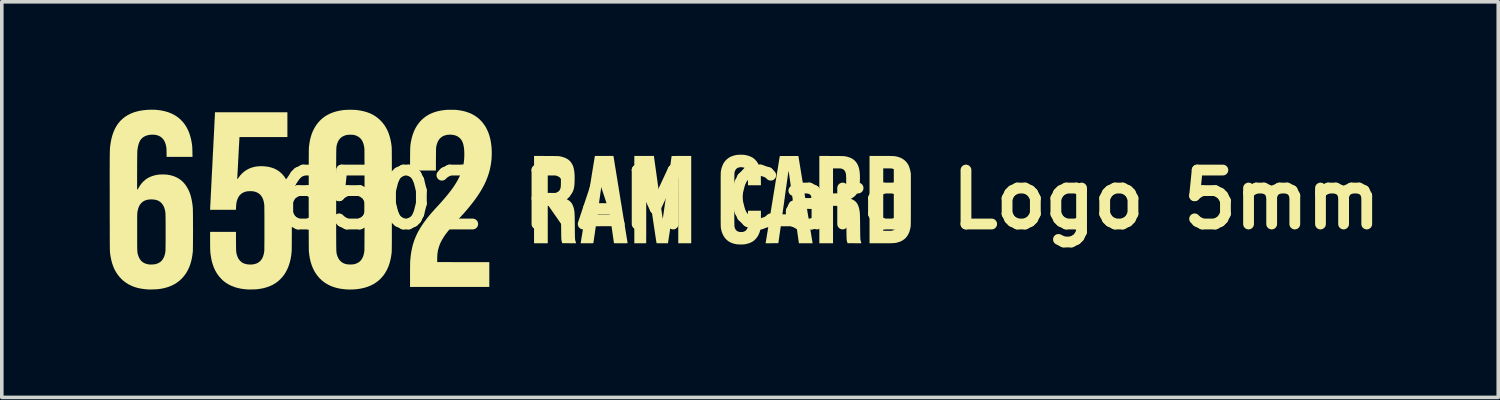
<source format=kicad_pcb>
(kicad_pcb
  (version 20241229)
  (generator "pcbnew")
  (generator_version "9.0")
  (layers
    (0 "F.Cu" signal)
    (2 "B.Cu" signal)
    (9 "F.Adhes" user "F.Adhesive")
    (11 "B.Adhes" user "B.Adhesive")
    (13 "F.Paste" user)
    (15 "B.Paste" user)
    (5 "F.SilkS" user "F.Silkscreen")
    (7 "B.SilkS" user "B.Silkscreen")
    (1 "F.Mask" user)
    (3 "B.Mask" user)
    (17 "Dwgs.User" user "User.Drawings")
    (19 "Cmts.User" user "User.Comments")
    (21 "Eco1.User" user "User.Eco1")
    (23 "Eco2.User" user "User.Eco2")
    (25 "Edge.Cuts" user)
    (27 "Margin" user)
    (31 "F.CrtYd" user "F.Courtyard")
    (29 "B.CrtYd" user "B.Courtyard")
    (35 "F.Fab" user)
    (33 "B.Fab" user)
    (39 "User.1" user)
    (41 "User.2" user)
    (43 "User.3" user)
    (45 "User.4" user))
  (footprint "6502 RAM Card Logo 5mm"
    (layer "F.Cu")
    (at 19.987 2.5)
    (property "Reference" "6502 RAM Card Logo 5mm" (at 0 0 0) (layer "F.SilkS") (effects (font (size 1.5 1.5) (thickness 0.3))))
    (attr board_only exclude_from_pos_files exclude_from_bom)
    (fp_poly (pts (xy 1.526 -1.214) (xy 1.583 -1.214) (xy 1.633 -1.214) (xy 1.677 -1.214) (xy 1.715 -1.213) (xy 1.747 -1.212) (xy 1.775 -1.211) (xy 1.8 -1.21) (xy 1.821 -1.209) (xy 1.839 -1.207) (xy 1.856 -1.205) (xy 1.872 -1.202) (xy 1.887 -1.199) (xy 1.902 -1.196) (xy 1.919 -1.192) (xy 1.919 -1.191) (xy 1.982 -1.172) (xy 2.039 -1.146) (xy 2.09 -1.113) (xy 2.136 -1.075) (xy 2.176 -1.03) (xy 2.211 -0.979) (xy 2.225 -0.952) (xy 2.235 -0.93) (xy 2.245 -0.902) (xy 2.256 -0.87) (xy 2.265 -0.837) (xy 2.273 -0.804) (xy 2.279 -0.775) (xy 2.289 -0.721) (xy 2.289 -0.004) (xy 2.289 0.087) (xy 2.289 0.171) (xy 2.289 0.247) (xy 2.289 0.315) (xy 2.289 0.377) (xy 2.288 0.432) (xy 2.288 0.482) (xy 2.288 0.525) (xy 2.288 0.563) (xy 2.288 0.597) (xy 2.287 0.626) (xy 2.287 0.651) (xy 2.287 0.673) (xy 2.286 0.691) (xy 2.286 0.706) (xy 2.285 0.719) (xy 2.285 0.73) (xy 2.284 0.739) (xy 2.283 0.747) (xy 2.282 0.754) (xy 2.281 0.761) (xy 2.281 0.764) (xy 2.266 0.835) (xy 2.246 0.901) (xy 2.22 0.96) (xy 2.188 1.013) (xy 2.151 1.06) (xy 2.107 1.1) (xy 2.058 1.135) (xy 2.004 1.163) (xy 1.943 1.185) (xy 1.919 1.191) (xy 1.903 1.195) (xy 1.888 1.199) (xy 1.873 1.202) (xy 1.857 1.205) (xy 1.84 1.207) (xy 1.822 1.209) (xy 1.801 1.21) (xy 1.776 1.211) (xy 1.749 1.212) (xy 1.716 1.213) (xy 1.679 1.214) (xy 1.635 1.214) (xy 1.586 1.214) (xy 1.529 1.214) (xy 1.464 1.214) (xy 1.461 1.214) (xy 1.14 1.214) (xy 1.14 0) (xy 1.521 0) (xy 1.521 0.867) (xy 1.638 0.867) (xy 1.673 0.867) (xy 1.701 0.867) (xy 1.723 0.867) (xy 1.74 0.866) (xy 1.754 0.865) (xy 1.765 0.863) (xy 1.774 0.861) (xy 1.783 0.859) (xy 1.817 0.846) (xy 1.845 0.827) (xy 1.867 0.804) (xy 1.885 0.774) (xy 1.898 0.737) (xy 1.904 0.709) (xy 1.905 0.701) (xy 1.906 0.684) (xy 1.907 0.66) (xy 1.907 0.63) (xy 1.908 0.593) (xy 1.908 0.55) (xy 1.909 0.503) (xy 1.909 0.451) (xy 1.91 0.395) (xy 1.91 0.335) (xy 1.91 0.273) (xy 1.91 0.208) (xy 1.911 0.142) (xy 1.911 0.074) (xy 1.911 0.006) (xy 1.911 -0.062) (xy 1.911 -0.13) (xy 1.91 -0.197) (xy 1.91 -0.262) (xy 1.91 -0.324) (xy 1.91 -0.384) (xy 1.909 -0.441) (xy 1.909 -0.494) (xy 1.908 -0.542) (xy 1.908 -0.586) (xy 1.907 -0.624) (xy 1.907 -0.655) (xy 1.906 -0.681) (xy 1.905 -0.698) (xy 1.904 -0.708) (xy 1.904 -0.709) (xy 1.894 -0.751) (xy 1.879 -0.785) (xy 1.86 -0.812) (xy 1.836 -0.834) (xy 1.806 -0.851) (xy 1.783 -0.859) (xy 1.774 -0.861) (xy 1.765 -0.863) (xy 1.754 -0.865) (xy 1.74 -0.866) (xy 1.723 -0.867) (xy 1.701 -0.867) (xy 1.673 -0.867) (xy 1.638 -0.867) (xy 1.521 -0.867) (xy 1.521 0) (xy 1.14 0) (xy 1.14 -1.214) (xy 1.461 -1.214)) (stroke (width 0) (type solid)) (fill yes) (layer "F.SilkS"))
    (fp_poly (pts (xy -1.14 -1.213) (xy -1.097 -1.213) (xy -0.838 -1.212) (xy -0.642 -0.013) (xy -0.626 0.087) (xy -0.61 0.185) (xy -0.595 0.28) (xy -0.58 0.372) (xy -0.565 0.461) (xy -0.551 0.547) (xy -0.538 0.629) (xy -0.525 0.707) (xy -0.513 0.781) (xy -0.502 0.85) (xy -0.492 0.913) (xy -0.482 0.971) (xy -0.474 1.024) (xy -0.466 1.07) (xy -0.46 1.11) (xy -0.454 1.143) (xy -0.45 1.169) (xy -0.447 1.187) (xy -0.445 1.198) (xy -0.445 1.2) (xy -0.443 1.214) (xy -0.632 1.214) (xy -0.822 1.214) (xy -0.825 1.203) (xy -0.826 1.196) (xy -0.828 1.183) (xy -0.831 1.163) (xy -0.834 1.138) (xy -0.839 1.108) (xy -0.844 1.075) (xy -0.849 1.039) (xy -0.854 1.002) (xy -0.86 0.964) (xy -0.865 0.926) (xy -0.87 0.889) (xy -0.875 0.854) (xy -0.88 0.823) (xy -0.884 0.795) (xy -0.887 0.773) (xy -0.889 0.756) (xy -0.89 0.746) (xy -0.891 0.744) (xy -0.895 0.743) (xy -0.906 0.743) (xy -0.925 0.742) (xy -0.95 0.742) (xy -0.981 0.741) (xy -1.016 0.741) (xy -1.055 0.741) (xy -1.097 0.741) (xy -1.109 0.741) (xy -1.328 0.742) (xy -1.362 0.977) (xy -1.396 1.212) (xy -1.573 1.213) (xy -1.75 1.214) (xy -1.748 1.203) (xy -1.747 1.197) (xy -1.744 1.183) (xy -1.741 1.162) (xy -1.736 1.134) (xy -1.731 1.1) (xy -1.724 1.059) (xy -1.716 1.012) (xy -1.708 0.959) (xy -1.698 0.902) (xy -1.688 0.84) (xy -1.677 0.773) (xy -1.666 0.703) (xy -1.654 0.629) (xy -1.641 0.552) (xy -1.629 0.473) (xy -1.618 0.41) (xy -1.282 0.41) (xy -1.109 0.41) (xy -0.936 0.41) (xy -0.939 0.399) (xy -0.94 0.393) (xy -0.942 0.38) (xy -0.945 0.359) (xy -0.949 0.331) (xy -0.954 0.297) (xy -0.959 0.257) (xy -0.966 0.211) (xy -0.973 0.161) (xy -0.981 0.106) (xy -0.989 0.047) (xy -0.998 -0.016) (xy -1.007 -0.081) (xy -1.017 -0.149) (xy -1.024 -0.201) (xy -1.034 -0.27) (xy -1.044 -0.338) (xy -1.053 -0.402) (xy -1.061 -0.463) (xy -1.07 -0.521) (xy -1.077 -0.574) (xy -1.084 -0.622) (xy -1.09 -0.666) (xy -1.096 -0.703) (xy -1.1 -0.735) (xy -1.104 -0.76) (xy -1.107 -0.778) (xy -1.108 -0.788) (xy -1.109 -0.791) (xy -1.113 -0.79) (xy -1.114 -0.79) (xy -1.114 -0.785) (xy -1.116 -0.773) (xy -1.119 -0.753) (xy -1.123 -0.726) (xy -1.128 -0.693) (xy -1.134 -0.654) (xy -1.14 -0.609) (xy -1.147 -0.559) (xy -1.155 -0.505) (xy -1.163 -0.446) (xy -1.172 -0.384) (xy -1.181 -0.319) (xy -1.191 -0.251) (xy -1.198 -0.2) (xy -1.208 -0.13) (xy -1.217 -0.063) (xy -1.226 0.002) (xy -1.234 0.064) (xy -1.242 0.122) (xy -1.25 0.176) (xy -1.257 0.225) (xy -1.263 0.269) (xy -1.268 0.307) (xy -1.273 0.34) (xy -1.276 0.366) (xy -1.279 0.384) (xy -1.28 0.396) (xy -1.281 0.399) (xy -1.282 0.41) (xy -1.618 0.41) (xy -1.615 0.391) (xy -1.602 0.307) (xy -1.588 0.222) (xy -1.574 0.136) (xy -1.56 0.05) (xy -1.546 -0.037) (xy -1.532 -0.124) (xy -1.518 -0.21) (xy -1.504 -0.296) (xy -1.49 -0.38) (xy -1.477 -0.462) (xy -1.464 -0.542) (xy -1.451 -0.619) (xy -1.439 -0.694) (xy -1.428 -0.765) (xy -1.417 -0.832) (xy -1.406 -0.895) (xy -1.397 -0.954) (xy -1.388 -1.007) (xy -1.381 -1.055) (xy -1.374 -1.098) (xy -1.368 -1.134) (xy -1.363 -1.164) (xy -1.36 -1.186) (xy -1.357 -1.201) (xy -1.356 -1.209) (xy -1.356 -1.209) (xy -1.354 -1.21) (xy -1.347 -1.211) (xy -1.336 -1.212) (xy -1.319 -1.213) (xy -1.297 -1.213) (xy -1.268 -1.213) (xy -1.233 -1.213) (xy -1.19 -1.213)) (stroke (width 0) (type solid)) (fill yes) (layer "F.SilkS"))
    (fp_poly (pts (xy 0.081 -1.213) (xy 0.145 -1.213) (xy 0.201 -1.213) (xy 0.25 -1.212) (xy 0.293 -1.212) (xy 0.329 -1.211) (xy 0.361 -1.211) (xy 0.387 -1.21) (xy 0.41 -1.209) (xy 0.43 -1.207) (xy 0.447 -1.206) (xy 0.463 -1.204) (xy 0.476 -1.202) (xy 0.49 -1.199) (xy 0.503 -1.196) (xy 0.517 -1.192) (xy 0.532 -1.189) (xy 0.592 -1.169) (xy 0.646 -1.144) (xy 0.694 -1.114) (xy 0.736 -1.077) (xy 0.772 -1.035) (xy 0.803 -0.986) (xy 0.828 -0.932) (xy 0.847 -0.87) (xy 0.856 -0.831) (xy 0.863 -0.788) (xy 0.868 -0.737) (xy 0.872 -0.677) (xy 0.873 -0.611) (xy 0.872 -0.537) (xy 0.872 -0.533) (xy 0.87 -0.48) (xy 0.868 -0.434) (xy 0.865 -0.395) (xy 0.86 -0.359) (xy 0.855 -0.327) (xy 0.847 -0.297) (xy 0.838 -0.267) (xy 0.829 -0.24) (xy 0.808 -0.196) (xy 0.781 -0.154) (xy 0.749 -0.115) (xy 0.712 -0.081) (xy 0.673 -0.053) (xy 0.642 -0.036) (xy 0.629 -0.03) (xy 0.625 -0.025) (xy 0.628 -0.02) (xy 0.636 -0.016) (xy 0.68 0.004) (xy 0.719 0.028) (xy 0.753 0.056) (xy 0.782 0.088) (xy 0.806 0.126) (xy 0.826 0.169) (xy 0.843 0.219) (xy 0.856 0.276) (xy 0.866 0.334) (xy 0.867 0.347) (xy 0.869 0.359) (xy 0.87 0.372) (xy 0.871 0.386) (xy 0.872 0.402) (xy 0.873 0.421) (xy 0.874 0.442) (xy 0.874 0.468) (xy 0.875 0.498) (xy 0.876 0.533) (xy 0.876 0.574) (xy 0.877 0.621) (xy 0.877 0.676) (xy 0.878 0.738) (xy 0.878 0.745) (xy 0.879 0.813) (xy 0.879 0.875) (xy 0.88 0.93) (xy 0.881 0.979) (xy 0.882 1.021) (xy 0.883 1.056) (xy 0.884 1.083) (xy 0.885 1.102) (xy 0.886 1.113) (xy 0.886 1.114) (xy 0.89 1.131) (xy 0.896 1.152) (xy 0.902 1.174) (xy 0.909 1.194) (xy 0.914 1.207) (xy 0.914 1.209) (xy 0.913 1.21) (xy 0.91 1.211) (xy 0.904 1.212) (xy 0.895 1.213) (xy 0.882 1.213) (xy 0.863 1.213) (xy 0.84 1.214) (xy 0.81 1.214) (xy 0.772 1.213) (xy 0.728 1.213) (xy 0.723 1.213) (xy 0.529 1.212) (xy 0.521 1.187) (xy 0.518 1.175) (xy 0.514 1.164) (xy 0.512 1.153) (xy 0.509 1.142) (xy 0.507 1.13) (xy 0.505 1.117) (xy 0.504 1.102) (xy 0.503 1.084) (xy 0.502 1.062) (xy 0.501 1.037) (xy 0.5 1.007) (xy 0.499 0.972) (xy 0.499 0.931) (xy 0.498 0.884) (xy 0.498 0.83) (xy 0.497 0.768) (xy 0.497 0.747) (xy 0.496 0.682) (xy 0.496 0.626) (xy 0.495 0.577) (xy 0.495 0.534) (xy 0.494 0.498) (xy 0.494 0.467) (xy 0.493 0.441) (xy 0.492 0.42) (xy 0.492 0.402) (xy 0.491 0.388) (xy 0.49 0.377) (xy 0.489 0.367) (xy 0.487 0.359) (xy 0.487 0.359) (xy 0.477 0.316) (xy 0.465 0.281) (xy 0.45 0.252) (xy 0.431 0.229) (xy 0.407 0.21) (xy 0.378 0.195) (xy 0.353 0.185) (xy 0.343 0.182) (xy 0.333 0.18) (xy 0.322 0.178) (xy 0.307 0.177) (xy 0.288 0.176) (xy 0.263 0.175) (xy 0.232 0.175) (xy 0.225 0.174) (xy 0.125 0.173) (xy 0.125 0.693) (xy 0.125 1.214) (xy -0.066 1.214) (xy -0.256 1.214) (xy -0.256 -0.000211) (xy -0.256 -0.52) (xy 0.125 -0.52) (xy 0.125 -0.172) (xy 0.225 -0.175) (xy 0.26 -0.175) (xy 0.287 -0.176) (xy 0.308 -0.178) (xy 0.325 -0.179) (xy 0.337 -0.181) (xy 0.347 -0.183) (xy 0.349 -0.184) (xy 0.387 -0.199) (xy 0.418 -0.219) (xy 0.443 -0.244) (xy 0.463 -0.276) (xy 0.478 -0.313) (xy 0.483 -0.334) (xy 0.485 -0.349) (xy 0.487 -0.371) (xy 0.489 -0.399) (xy 0.49 -0.431) (xy 0.491 -0.467) (xy 0.491 -0.504) (xy 0.491 -0.543) (xy 0.491 -0.58) (xy 0.49 -0.616) (xy 0.489 -0.649) (xy 0.487 -0.678) (xy 0.486 -0.7) (xy 0.483 -0.716) (xy 0.483 -0.716) (xy 0.472 -0.757) (xy 0.457 -0.79) (xy 0.437 -0.817) (xy 0.413 -0.838) (xy 0.383 -0.853) (xy 0.367 -0.859) (xy 0.357 -0.862) (xy 0.348 -0.864) (xy 0.336 -0.865) (xy 0.322 -0.866) (xy 0.304 -0.867) (xy 0.281 -0.867) (xy 0.251 -0.867) (xy 0.232 -0.867) (xy 0.125 -0.867) (xy 0.125 -0.52) (xy -0.256 -0.52) (xy -0.256 -1.215)) (stroke (width 0) (type solid)) (fill yes) (layer "F.SilkS"))
    (fp_poly (pts (xy -7.851 -1.213) (xy -7.788 -1.213) (xy -7.734 -1.212) (xy -7.686 -1.212) (xy -7.645 -1.212) (xy -7.61 -1.211) (xy -7.581 -1.211) (xy -7.557 -1.21) (xy -7.536 -1.21) (xy -7.519 -1.209) (xy -7.506 -1.208) (xy -7.494 -1.207) (xy -7.485 -1.206) (xy -7.476 -1.205) (xy -7.473 -1.204) (xy -7.405 -1.189) (xy -7.344 -1.169) (xy -7.29 -1.145) (xy -7.243 -1.117) (xy -7.203 -1.085) (xy -7.179 -1.059) (xy -7.153 -1.025) (xy -7.13 -0.989) (xy -7.111 -0.95) (xy -7.095 -0.907) (xy -7.083 -0.861) (xy -7.073 -0.809) (xy -7.066 -0.753) (xy -7.061 -0.69) (xy -7.059 -0.621) (xy -7.06 -0.544) (xy -7.06 -0.527) (xy -7.062 -0.471) (xy -7.065 -0.423) (xy -7.069 -0.38) (xy -7.075 -0.342) (xy -7.082 -0.308) (xy -7.091 -0.276) (xy -7.102 -0.244) (xy -7.105 -0.236) (xy -7.13 -0.186) (xy -7.161 -0.141) (xy -7.197 -0.101) (xy -7.239 -0.067) (xy -7.285 -0.039) (xy -7.292 -0.036) (xy -7.304 -0.029) (xy -7.307 -0.024) (xy -7.303 -0.019) (xy -7.297 -0.016) (xy -7.248 0.006) (xy -7.207 0.032) (xy -7.172 0.064) (xy -7.142 0.1) (xy -7.118 0.143) (xy -7.098 0.192) (xy -7.089 0.22) (xy -7.084 0.239) (xy -7.079 0.256) (xy -7.075 0.274) (xy -7.072 0.291) (xy -7.069 0.31) (xy -7.066 0.331) (xy -7.064 0.353) (xy -7.062 0.379) (xy -7.061 0.408) (xy -7.059 0.441) (xy -7.058 0.479) (xy -7.057 0.523) (xy -7.056 0.573) (xy -7.056 0.629) (xy -7.055 0.693) (xy -7.054 0.747) (xy -7.054 0.81) (xy -7.053 0.866) (xy -7.053 0.915) (xy -7.052 0.957) (xy -7.051 0.992) (xy -7.051 1.022) (xy -7.05 1.047) (xy -7.049 1.067) (xy -7.049 1.084) (xy -7.048 1.097) (xy -7.047 1.108) (xy -7.046 1.116) (xy -7.044 1.123) (xy -7.044 1.124) (xy -7.036 1.156) (xy -7.025 1.189) (xy -7.018 1.207) (xy -7.018 1.209) (xy -7.019 1.21) (xy -7.022 1.211) (xy -7.028 1.212) (xy -7.037 1.213) (xy -7.051 1.213) (xy -7.069 1.213) (xy -7.093 1.214) (xy -7.123 1.214) (xy -7.16 1.213) (xy -7.205 1.213) (xy -7.209 1.213) (xy -7.403 1.212) (xy -7.409 1.195) (xy -7.412 1.183) (xy -7.417 1.166) (xy -7.422 1.147) (xy -7.423 1.142) (xy -7.425 1.136) (xy -7.426 1.129) (xy -7.427 1.121) (xy -7.428 1.112) (xy -7.429 1.101) (xy -7.43 1.087) (xy -7.431 1.071) (xy -7.431 1.05) (xy -7.432 1.026) (xy -7.433 0.996) (xy -7.433 0.961) (xy -7.433 0.92) (xy -7.434 0.872) (xy -7.434 0.817) (xy -7.435 0.754) (xy -7.435 0.751) (xy -7.436 0.686) (xy -7.436 0.629) (xy -7.437 0.579) (xy -7.437 0.536) (xy -7.438 0.5) (xy -7.439 0.469) (xy -7.439 0.442) (xy -7.44 0.421) (xy -7.441 0.403) (xy -7.442 0.389) (xy -7.443 0.377) (xy -7.444 0.367) (xy -7.445 0.36) (xy -7.445 0.359) (xy -7.455 0.316) (xy -7.467 0.281) (xy -7.482 0.252) (xy -7.501 0.229) (xy -7.525 0.21) (xy -7.554 0.195) (xy -7.579 0.185) (xy -7.589 0.182) (xy -7.599 0.18) (xy -7.611 0.178) (xy -7.625 0.177) (xy -7.644 0.176) (xy -7.669 0.175) (xy -7.7 0.175) (xy -7.707 0.174) (xy -7.807 0.173) (xy -7.807 0.693) (xy -7.807 1.214) (xy -7.998 1.214) (xy -8.188 1.214) (xy -8.188 -0.000211) (xy -8.188 -0.52) (xy -7.807 -0.52) (xy -7.807 -0.172) (xy -7.707 -0.175) (xy -7.672 -0.175) (xy -7.645 -0.176) (xy -7.624 -0.178) (xy -7.607 -0.179) (xy -7.595 -0.181) (xy -7.585 -0.183) (xy -7.583 -0.184) (xy -7.545 -0.199) (xy -7.514 -0.22) (xy -7.488 -0.246) (xy -7.468 -0.278) (xy -7.454 -0.316) (xy -7.449 -0.334) (xy -7.447 -0.349) (xy -7.445 -0.371) (xy -7.443 -0.399) (xy -7.442 -0.431) (xy -7.442 -0.466) (xy -7.441 -0.504) (xy -7.441 -0.543) (xy -7.442 -0.58) (xy -7.442 -0.616) (xy -7.443 -0.649) (xy -7.445 -0.678) (xy -7.447 -0.7) (xy -7.449 -0.716) (xy -7.449 -0.717) (xy -7.461 -0.757) (xy -7.477 -0.791) (xy -7.497 -0.819) (xy -7.521 -0.84) (xy -7.532 -0.846) (xy -7.545 -0.852) (xy -7.559 -0.857) (xy -7.574 -0.861) (xy -7.591 -0.864) (xy -7.612 -0.865) (xy -7.637 -0.867) (xy -7.669 -0.867) (xy -7.703 -0.867) (xy -7.807 -0.867) (xy -7.807 -0.52) (xy -8.188 -0.52) (xy -8.188 -1.215)) (stroke (width 0) (type solid)) (fill yes) (layer "F.SilkS"))
    (fp_poly (pts (xy -10.458 -2.497) (xy -10.42 -2.497) (xy -10.386 -2.496) (xy -10.357 -2.494) (xy -10.337 -2.493) (xy -10.249 -2.481) (xy -10.167 -2.466) (xy -10.091 -2.446) (xy -10.018 -2.422) (xy -9.948 -2.394) (xy -9.908 -2.375) (xy -9.835 -2.333) (xy -9.765 -2.285) (xy -9.7 -2.229) (xy -9.64 -2.167) (xy -9.586 -2.099) (xy -9.537 -2.026) (xy -9.53 -2.014) (xy -9.491 -1.938) (xy -9.456 -1.857) (xy -9.427 -1.77) (xy -9.403 -1.677) (xy -9.385 -1.579) (xy -9.372 -1.476) (xy -9.369 -1.439) (xy -9.367 -1.403) (xy -9.365 -1.361) (xy -9.364 -1.315) (xy -9.365 -1.268) (xy -9.365 -1.221) (xy -9.367 -1.177) (xy -9.369 -1.138) (xy -9.371 -1.115) (xy -9.383 -1.012) (xy -9.401 -0.91) (xy -9.423 -0.811) (xy -9.452 -0.712) (xy -9.486 -0.614) (xy -9.525 -0.516) (xy -9.571 -0.418) (xy -9.624 -0.319) (xy -9.682 -0.219) (xy -9.748 -0.118) (xy -9.82 -0.014) (xy -9.9 0.092) (xy -9.987 0.201) (xy -10.02 0.241) (xy -10.053 0.28) (xy -10.086 0.318) (xy -10.118 0.356) (xy -10.152 0.394) (xy -10.189 0.434) (xy -10.228 0.478) (xy -10.272 0.526) (xy -10.295 0.55) (xy -10.366 0.628) (xy -10.431 0.7) (xy -10.49 0.768) (xy -10.543 0.831) (xy -10.591 0.891) (xy -10.635 0.948) (xy -10.674 1.002) (xy -10.708 1.054) (xy -10.738 1.104) (xy -10.765 1.152) (xy -10.789 1.2) (xy -10.809 1.247) (xy -10.826 1.294) (xy -10.841 1.342) (xy -10.851 1.377) (xy -10.862 1.423) (xy -10.869 1.468) (xy -10.875 1.515) (xy -10.879 1.565) (xy -10.88 1.622) (xy -10.88 1.637) (xy -10.881 1.737) (xy -10.156 1.738) (xy -9.432 1.739) (xy -9.432 2.084) (xy -9.432 2.428) (xy -10.534 2.428) (xy -11.636 2.428) (xy -11.636 2.105) (xy -11.636 2.052) (xy -11.636 1.999) (xy -11.636 1.948) (xy -11.635 1.901) (xy -11.635 1.856) (xy -11.634 1.816) (xy -11.634 1.781) (xy -11.633 1.752) (xy -11.632 1.73) (xy -11.632 1.717) (xy -11.621 1.594) (xy -11.606 1.478) (xy -11.585 1.367) (xy -11.559 1.26) (xy -11.527 1.157) (xy -11.489 1.057) (xy -11.445 0.958) (xy -11.394 0.861) (xy -11.336 0.763) (xy -11.27 0.664) (xy -11.215 0.588) (xy -11.182 0.544) (xy -11.148 0.501) (xy -11.113 0.457) (xy -11.076 0.413) (xy -11.037 0.367) (xy -10.993 0.318) (xy -10.946 0.265) (xy -10.893 0.208) (xy -10.881 0.195) (xy -10.797 0.103) (xy -10.719 0.015) (xy -10.648 -0.068) (xy -10.583 -0.147) (xy -10.523 -0.223) (xy -10.469 -0.295) (xy -10.419 -0.365) (xy -10.375 -0.433) (xy -10.335 -0.499) (xy -10.299 -0.564) (xy -10.267 -0.628) (xy -10.239 -0.691) (xy -10.214 -0.754) (xy -10.196 -0.806) (xy -10.171 -0.891) (xy -10.152 -0.974) (xy -10.138 -1.057) (xy -10.13 -1.141) (xy -10.127 -1.229) (xy -10.127 -1.295) (xy -10.13 -1.367) (xy -10.136 -1.432) (xy -10.145 -1.49) (xy -10.157 -1.541) (xy -10.172 -1.587) (xy -10.19 -1.628) (xy -10.212 -1.663) (xy -10.237 -1.695) (xy -10.242 -1.7) (xy -10.279 -1.734) (xy -10.32 -1.761) (xy -10.367 -1.781) (xy -10.418 -1.796) (xy -10.476 -1.804) (xy -10.494 -1.805) (xy -10.555 -1.805) (xy -10.612 -1.799) (xy -10.665 -1.786) (xy -10.713 -1.767) (xy -10.756 -1.742) (xy -10.775 -1.727) (xy -10.809 -1.695) (xy -10.837 -1.659) (xy -10.862 -1.616) (xy -10.882 -1.567) (xy -10.898 -1.512) (xy -10.905 -1.48) (xy -10.907 -1.471) (xy -10.908 -1.462) (xy -10.909 -1.453) (xy -10.911 -1.443) (xy -10.911 -1.43) (xy -10.912 -1.415) (xy -10.913 -1.397) (xy -10.913 -1.375) (xy -10.914 -1.348) (xy -10.914 -1.316) (xy -10.915 -1.278) (xy -10.915 -1.233) (xy -10.915 -1.182) (xy -10.916 -1.122) (xy -10.916 -1.122) (xy -10.917 -0.808) (xy -11.277 -0.808) (xy -11.637 -0.808) (xy -11.635 -1.128) (xy -11.635 -1.192) (xy -11.634 -1.247) (xy -11.634 -1.296) (xy -11.633 -1.338) (xy -11.633 -1.375) (xy -11.632 -1.408) (xy -11.631 -1.436) (xy -11.63 -1.461) (xy -11.628 -1.483) (xy -11.626 -1.504) (xy -11.624 -1.524) (xy -11.621 -1.544) (xy -11.618 -1.564) (xy -11.615 -1.585) (xy -11.611 -1.609) (xy -11.61 -1.612) (xy -11.589 -1.711) (xy -11.562 -1.806) (xy -11.529 -1.894) (xy -11.49 -1.978) (xy -11.444 -2.056) (xy -11.393 -2.127) (xy -11.336 -2.193) (xy -11.273 -2.253) (xy -11.205 -2.307) (xy -11.179 -2.325) (xy -11.108 -2.367) (xy -11.031 -2.403) (xy -10.949 -2.434) (xy -10.86 -2.459) (xy -10.766 -2.478) (xy -10.665 -2.492) (xy -10.663 -2.493) (xy -10.64 -2.494) (xy -10.61 -2.496) (xy -10.575 -2.497) (xy -10.537 -2.497) (xy -10.498 -2.498)) (stroke (width 0) (type solid)) (fill yes) (layer "F.SilkS"))
    (fp_poly (pts (xy -4.735 -0.347) (xy -4.723 -0.262) (xy -4.712 -0.179) (xy -4.701 -0.1) (xy -4.69 -0.023) (xy -4.68 0.051) (xy -4.67 0.12) (xy -4.66 0.186) (xy -4.652 0.246) (xy -4.644 0.302) (xy -4.637 0.353) (xy -4.63 0.398) (xy -4.625 0.436) (xy -4.62 0.468) (xy -4.616 0.493) (xy -4.614 0.511) (xy -4.612 0.521) (xy -4.612 0.524) (xy -4.607 0.524) (xy -4.607 0.524) (xy -4.606 0.52) (xy -4.605 0.508) (xy -4.602 0.488) (xy -4.598 0.461) (xy -4.593 0.428) (xy -4.588 0.389) (xy -4.581 0.345) (xy -4.574 0.295) (xy -4.567 0.241) (xy -4.558 0.183) (xy -4.55 0.121) (xy -4.54 0.056) (xy -4.531 -0.012) (xy -4.521 -0.081) (xy -4.511 -0.153) (xy -4.501 -0.226) (xy -4.491 -0.299) (xy -4.48 -0.373) (xy -4.47 -0.447) (xy -4.46 -0.52) (xy -4.45 -0.592) (xy -4.44 -0.662) (xy -4.43 -0.73) (xy -4.421 -0.796) (xy -4.412 -0.858) (xy -4.404 -0.917) (xy -4.396 -0.972) (xy -4.389 -1.022) (xy -4.383 -1.068) (xy -4.378 -1.108) (xy -4.373 -1.142) (xy -4.369 -1.17) (xy -4.366 -1.191) (xy -4.364 -1.204) (xy -4.364 -1.21) (xy -4.364 -1.21) (xy -4.36 -1.211) (xy -4.348 -1.212) (xy -4.328 -1.212) (xy -4.302 -1.213) (xy -4.27 -1.213) (xy -4.232 -1.214) (xy -4.188 -1.214) (xy -4.141 -1.214) (xy -4.091 -1.214) (xy -3.818 -1.214) (xy -3.818 0) (xy -3.818 1.214) (xy -3.998 1.214) (xy -4.178 1.214) (xy -4.178 0.294) (xy -4.178 0.179) (xy -4.178 0.071) (xy -4.178 -0.03) (xy -4.178 -0.123) (xy -4.178 -0.208) (xy -4.178 -0.286) (xy -4.179 -0.356) (xy -4.179 -0.418) (xy -4.179 -0.472) (xy -4.179 -0.518) (xy -4.18 -0.556) (xy -4.18 -0.586) (xy -4.181 -0.608) (xy -4.181 -0.621) (xy -4.182 -0.626) (xy -4.182 -0.626) (xy -4.186 -0.623) (xy -4.188 -0.617) (xy -4.189 -0.612) (xy -4.191 -0.599) (xy -4.194 -0.578) (xy -4.198 -0.55) (xy -4.204 -0.515) (xy -4.21 -0.474) (xy -4.217 -0.427) (xy -4.225 -0.374) (xy -4.234 -0.316) (xy -4.243 -0.254) (xy -4.253 -0.186) (xy -4.264 -0.115) (xy -4.275 -0.039) (xy -4.287 0.039) (xy -4.3 0.121) (xy -4.312 0.205) (xy -4.325 0.291) (xy -4.326 0.294) (xy -4.339 0.38) (xy -4.351 0.465) (xy -4.363 0.546) (xy -4.375 0.625) (xy -4.387 0.7) (xy -4.398 0.772) (xy -4.408 0.839) (xy -4.417 0.903) (xy -4.426 0.961) (xy -4.434 1.014) (xy -4.441 1.061) (xy -4.448 1.102) (xy -4.453 1.137) (xy -4.457 1.165) (xy -4.46 1.186) (xy -4.462 1.199) (xy -4.463 1.205) (xy -4.463 1.205) (xy -4.465 1.214) (xy -4.624 1.214) (xy -4.66 1.214) (xy -4.693 1.214) (xy -4.722 1.213) (xy -4.746 1.213) (xy -4.765 1.212) (xy -4.778 1.212) (xy -4.783 1.211) (xy -4.783 1.211) (xy -4.783 1.207) (xy -4.785 1.194) (xy -4.788 1.174) (xy -4.792 1.147) (xy -4.798 1.113) (xy -4.804 1.072) (xy -4.811 1.026) (xy -4.819 0.973) (xy -4.827 0.916) (xy -4.837 0.853) (xy -4.847 0.786) (xy -4.858 0.715) (xy -4.869 0.639) (xy -4.881 0.561) (xy -4.893 0.479) (xy -4.906 0.395) (xy -4.919 0.308) (xy -4.921 0.292) (xy -4.937 0.191) (xy -4.951 0.095) (xy -4.965 0.004) (xy -4.978 -0.082) (xy -4.991 -0.163) (xy -5.002 -0.238) (xy -5.013 -0.307) (xy -5.023 -0.37) (xy -5.031 -0.426) (xy -5.039 -0.476) (xy -5.046 -0.519) (xy -5.052 -0.555) (xy -5.057 -0.583) (xy -5.06 -0.604) (xy -5.063 -0.617) (xy -5.064 -0.621) (xy -5.064 -0.621) (xy -5.064 -0.617) (xy -5.065 -0.604) (xy -5.065 -0.583) (xy -5.066 -0.553) (xy -5.066 -0.515) (xy -5.067 -0.469) (xy -5.067 -0.414) (xy -5.067 -0.351) (xy -5.068 -0.28) (xy -5.068 -0.2) (xy -5.068 -0.113) (xy -5.068 -0.017) (xy -5.069 0.087) (xy -5.069 0.199) (xy -5.069 0.29) (xy -5.069 0.377) (xy -5.069 0.462) (xy -5.069 0.544) (xy -5.069 0.624) (xy -5.069 0.7) (xy -5.069 0.772) (xy -5.069 0.84) (xy -5.069 0.904) (xy -5.069 0.962) (xy -5.07 1.016) (xy -5.07 1.063) (xy -5.07 1.105) (xy -5.07 1.14) (xy -5.07 1.168) (xy -5.07 1.189) (xy -5.07 1.202) (xy -5.07 1.207) (xy -5.07 1.207) (xy -5.07 1.209) (xy -5.072 1.21) (xy -5.077 1.211) (xy -5.084 1.212) (xy -5.094 1.213) (xy -5.11 1.214) (xy -5.13 1.214) (xy -5.157 1.214) (xy -5.19 1.214) (xy -5.232 1.214) (xy -5.235 1.214) (xy -5.4 1.214) (xy -5.4 0) (xy -5.4 -1.214) (xy -5.128 -1.214) (xy -4.856 -1.214)) (stroke (width 0) (type solid)) (fill yes) (layer "F.SilkS"))
    (fp_poly (pts (xy -2.424 -1.248) (xy -2.392 -1.247) (xy -2.364 -1.246) (xy -2.343 -1.244) (xy -2.277 -1.232) (xy -2.215 -1.214) (xy -2.159 -1.192) (xy -2.109 -1.165) (xy -2.079 -1.144) (xy -2.037 -1.107) (xy -1.999 -1.063) (xy -1.965 -1.013) (xy -1.937 -0.959) (xy -1.915 -0.901) (xy -1.907 -0.874) (xy -1.901 -0.853) (xy -1.897 -0.835) (xy -1.893 -0.818) (xy -1.89 -0.801) (xy -1.888 -0.784) (xy -1.886 -0.764) (xy -1.885 -0.741) (xy -1.884 -0.714) (xy -1.883 -0.682) (xy -1.882 -0.644) (xy -1.882 -0.599) (xy -1.882 -0.583) (xy -1.88 -0.398) (xy -2.06 -0.398) (xy -2.24 -0.398) (xy -2.24 -0.56) (xy -2.24 -0.607) (xy -2.24 -0.646) (xy -2.241 -0.678) (xy -2.242 -0.705) (xy -2.243 -0.727) (xy -2.245 -0.746) (xy -2.248 -0.762) (xy -2.252 -0.775) (xy -2.256 -0.789) (xy -2.261 -0.802) (xy -2.265 -0.81) (xy -2.283 -0.841) (xy -2.307 -0.865) (xy -2.336 -0.883) (xy -2.371 -0.895) (xy -2.412 -0.901) (xy -2.43 -0.902) (xy -2.473 -0.899) (xy -2.51 -0.889) (xy -2.542 -0.874) (xy -2.568 -0.851) (xy -2.589 -0.823) (xy -2.605 -0.787) (xy -2.615 -0.753) (xy -2.615 -0.744) (xy -2.616 -0.728) (xy -2.617 -0.704) (xy -2.618 -0.674) (xy -2.618 -0.637) (xy -2.619 -0.594) (xy -2.619 -0.547) (xy -2.62 -0.494) (xy -2.62 -0.438) (xy -2.621 -0.377) (xy -2.621 -0.314) (xy -2.621 -0.249) (xy -2.621 -0.181) (xy -2.622 -0.112) (xy -2.622 -0.042) (xy -2.622 0.028) (xy -2.622 0.098) (xy -2.621 0.167) (xy -2.621 0.235) (xy -2.621 0.301) (xy -2.621 0.365) (xy -2.62 0.426) (xy -2.62 0.483) (xy -2.62 0.536) (xy -2.619 0.585) (xy -2.619 0.629) (xy -2.618 0.667) (xy -2.617 0.698) (xy -2.616 0.723) (xy -2.616 0.741) (xy -2.615 0.751) (xy -2.615 0.752) (xy -2.603 0.793) (xy -2.588 0.827) (xy -2.567 0.854) (xy -2.542 0.875) (xy -2.511 0.889) (xy -2.474 0.899) (xy -2.459 0.901) (xy -2.415 0.902) (xy -2.375 0.897) (xy -2.339 0.885) (xy -2.309 0.867) (xy -2.284 0.842) (xy -2.264 0.81) (xy -2.258 0.795) (xy -2.254 0.785) (xy -2.251 0.774) (xy -2.248 0.763) (xy -2.246 0.75) (xy -2.244 0.734) (xy -2.243 0.715) (xy -2.242 0.693) (xy -2.241 0.665) (xy -2.24 0.632) (xy -2.24 0.593) (xy -2.24 0.546) (xy -2.24 0.515) (xy -2.24 0.309) (xy -2.06 0.309) (xy -1.88 0.309) (xy -1.88 0.512) (xy -1.881 0.571) (xy -1.881 0.623) (xy -1.882 0.668) (xy -1.883 0.708) (xy -1.885 0.742) (xy -1.887 0.772) (xy -1.891 0.799) (xy -1.895 0.824) (xy -1.9 0.848) (xy -1.905 0.87) (xy -1.912 0.894) (xy -1.917 0.909) (xy -1.939 0.964) (xy -1.967 1.017) (xy -2.001 1.065) (xy -2.039 1.108) (xy -2.079 1.144) (xy -2.125 1.174) (xy -2.176 1.2) (xy -2.234 1.22) (xy -2.296 1.236) (xy -2.343 1.244) (xy -2.365 1.246) (xy -2.394 1.247) (xy -2.426 1.247) (xy -2.46 1.247) (xy -2.493 1.246) (xy -2.523 1.245) (xy -2.547 1.242) (xy -2.551 1.242) (xy -2.62 1.229) (xy -2.683 1.209) (xy -2.741 1.183) (xy -2.793 1.151) (xy -2.839 1.112) (xy -2.88 1.068) (xy -2.914 1.017) (xy -2.933 0.984) (xy -2.95 0.945) (xy -2.965 0.908) (xy -2.976 0.869) (xy -2.986 0.827) (xy -2.992 0.797) (xy -2.993 0.792) (xy -2.994 0.786) (xy -2.994 0.778) (xy -2.995 0.77) (xy -2.996 0.76) (xy -2.996 0.747) (xy -2.997 0.733) (xy -2.997 0.715) (xy -2.998 0.694) (xy -2.998 0.67) (xy -2.998 0.641) (xy -2.999 0.608) (xy -2.999 0.57) (xy -2.999 0.527) (xy -2.999 0.479) (xy -2.999 0.424) (xy -2.999 0.363) (xy -2.999 0.296) (xy -2.999 0.221) (xy -2.999 0.139) (xy -2.999 0.049) (xy -2.999 0.002) (xy -2.999 -0.092) (xy -2.999 -0.178) (xy -2.999 -0.256) (xy -2.999 -0.327) (xy -2.999 -0.391) (xy -2.999 -0.448) (xy -2.999 -0.5) (xy -2.999 -0.545) (xy -2.999 -0.585) (xy -2.999 -0.621) (xy -2.998 -0.651) (xy -2.998 -0.678) (xy -2.998 -0.701) (xy -2.997 -0.72) (xy -2.997 -0.736) (xy -2.996 -0.75) (xy -2.996 -0.761) (xy -2.995 -0.771) (xy -2.994 -0.779) (xy -2.993 -0.786) (xy -2.992 -0.793) (xy -2.992 -0.797) (xy -2.98 -0.853) (xy -2.964 -0.908) (xy -2.944 -0.96) (xy -2.921 -1.007) (xy -2.901 -1.039) (xy -2.863 -1.087) (xy -2.82 -1.129) (xy -2.771 -1.165) (xy -2.716 -1.195) (xy -2.656 -1.218) (xy -2.589 -1.235) (xy -2.539 -1.244) (xy -2.517 -1.246) (xy -2.489 -1.247) (xy -2.457 -1.248)) (stroke (width 0) (type solid)) (fill yes) (layer "F.SilkS"))
    (fp_poly (pts (xy -5.978 -1.2) (xy -5.977 -1.194) (xy -5.975 -1.18) (xy -5.971 -1.159) (xy -5.967 -1.13) (xy -5.961 -1.095) (xy -5.954 -1.053) (xy -5.947 -1.006) (xy -5.938 -0.953) (xy -5.929 -0.896) (xy -5.918 -0.833) (xy -5.908 -0.766) (xy -5.896 -0.696) (xy -5.884 -0.622) (xy -5.871 -0.545) (xy -5.859 -0.465) (xy -5.845 -0.384) (xy -5.832 -0.3) (xy -5.818 -0.215) (xy -5.804 -0.129) (xy -5.79 -0.042) (xy -5.776 0.045) (xy -5.761 0.132) (xy -5.747 0.218) (xy -5.734 0.303) (xy -5.72 0.387) (xy -5.707 0.469) (xy -5.694 0.549) (xy -5.681 0.626) (xy -5.669 0.7) (xy -5.658 0.771) (xy -5.647 0.838) (xy -5.637 0.901) (xy -5.627 0.959) (xy -5.619 1.012) (xy -5.611 1.06) (xy -5.604 1.102) (xy -5.598 1.138) (xy -5.593 1.167) (xy -5.59 1.189) (xy -5.588 1.204) (xy -5.586 1.211) (xy -5.586 1.211) (xy -5.59 1.212) (xy -5.602 1.212) (xy -5.621 1.213) (xy -5.645 1.213) (xy -5.675 1.214) (xy -5.708 1.214) (xy -5.745 1.214) (xy -5.777 1.214) (xy -5.829 1.214) (xy -5.872 1.214) (xy -5.908 1.213) (xy -5.935 1.213) (xy -5.954 1.212) (xy -5.964 1.211) (xy -5.967 1.21) (xy -5.968 1.205) (xy -5.969 1.192) (xy -5.972 1.173) (xy -5.975 1.149) (xy -5.98 1.119) (xy -5.984 1.087) (xy -5.989 1.051) (xy -5.995 1.014) (xy -6 0.976) (xy -6.005 0.938) (xy -6.011 0.901) (xy -6.016 0.865) (xy -6.02 0.833) (xy -6.025 0.805) (xy -6.028 0.782) (xy -6.031 0.764) (xy -6.032 0.753) (xy -6.033 0.75) (xy -6.035 0.74) (xy -6.253 0.74) (xy -6.295 0.74) (xy -6.334 0.74) (xy -6.37 0.741) (xy -6.402 0.741) (xy -6.428 0.741) (xy -6.449 0.741) (xy -6.463 0.742) (xy -6.47 0.742) (xy -6.471 0.742) (xy -6.471 0.747) (xy -6.473 0.759) (xy -6.476 0.777) (xy -6.479 0.802) (xy -6.484 0.833) (xy -6.489 0.868) (xy -6.494 0.906) (xy -6.5 0.948) (xy -6.504 0.975) (xy -6.511 1.019) (xy -6.517 1.059) (xy -6.522 1.097) (xy -6.527 1.13) (xy -6.531 1.159) (xy -6.534 1.182) (xy -6.537 1.199) (xy -6.538 1.208) (xy -6.538 1.21) (xy -6.542 1.211) (xy -6.554 1.212) (xy -6.572 1.213) (xy -6.597 1.213) (xy -6.626 1.214) (xy -6.659 1.214) (xy -6.696 1.214) (xy -6.715 1.214) (xy -6.892 1.214) (xy -6.889 1.194) (xy -6.888 1.188) (xy -6.886 1.174) (xy -6.882 1.153) (xy -6.877 1.124) (xy -6.872 1.088) (xy -6.865 1.046) (xy -6.857 0.997) (xy -6.848 0.942) (xy -6.838 0.882) (xy -6.827 0.816) (xy -6.816 0.745) (xy -6.803 0.67) (xy -6.791 0.591) (xy -6.777 0.507) (xy -6.763 0.42) (xy -6.761 0.407) (xy -6.424 0.407) (xy -6.42 0.407) (xy -6.408 0.408) (xy -6.389 0.409) (xy -6.364 0.409) (xy -6.334 0.41) (xy -6.299 0.41) (xy -6.26 0.41) (xy -6.253 0.41) (xy -6.208 0.41) (xy -6.172 0.41) (xy -6.142 0.41) (xy -6.12 0.409) (xy -6.103 0.409) (xy -6.091 0.408) (xy -6.084 0.407) (xy -6.082 0.406) (xy -6.081 0.405) (xy -6.082 0.4) (xy -6.084 0.386) (xy -6.086 0.366) (xy -6.09 0.339) (xy -6.095 0.306) (xy -6.1 0.268) (xy -6.106 0.224) (xy -6.113 0.177) (xy -6.12 0.126) (xy -6.128 0.071) (xy -6.136 0.015) (xy -6.144 -0.044) (xy -6.153 -0.104) (xy -6.162 -0.166) (xy -6.17 -0.227) (xy -6.179 -0.288) (xy -6.188 -0.348) (xy -6.196 -0.407) (xy -6.204 -0.463) (xy -6.212 -0.517) (xy -6.219 -0.568) (xy -6.226 -0.615) (xy -6.232 -0.657) (xy -6.238 -0.695) (xy -6.243 -0.727) (xy -6.246 -0.754) (xy -6.249 -0.773) (xy -6.251 -0.785) (xy -6.252 -0.79) (xy -6.252 -0.79) (xy -6.256 -0.791) (xy -6.257 -0.791) (xy -6.257 -0.786) (xy -6.259 -0.774) (xy -6.262 -0.755) (xy -6.266 -0.729) (xy -6.27 -0.697) (xy -6.276 -0.659) (xy -6.282 -0.617) (xy -6.288 -0.57) (xy -6.296 -0.519) (xy -6.303 -0.465) (xy -6.311 -0.409) (xy -6.319 -0.35) (xy -6.328 -0.29) (xy -6.336 -0.229) (xy -6.345 -0.168) (xy -6.353 -0.107) (xy -6.362 -0.046) (xy -6.37 0.013) (xy -6.378 0.07) (xy -6.385 0.124) (xy -6.393 0.175) (xy -6.399 0.223) (xy -6.405 0.267) (xy -6.411 0.305) (xy -6.415 0.339) (xy -6.419 0.366) (xy -6.422 0.387) (xy -6.423 0.4) (xy -6.424 0.406) (xy -6.424 0.407) (xy -6.761 0.407) (xy -6.748 0.33) (xy -6.733 0.236) (xy -6.717 0.141) (xy -6.701 0.042) (xy -6.693 -0.011) (xy -6.677 -0.11) (xy -6.661 -0.206) (xy -6.646 -0.301) (xy -6.631 -0.393) (xy -6.616 -0.481) (xy -6.602 -0.566) (xy -6.589 -0.647) (xy -6.577 -0.724) (xy -6.565 -0.797) (xy -6.554 -0.865) (xy -6.544 -0.927) (xy -6.534 -0.985) (xy -6.526 -1.036) (xy -6.518 -1.081) (xy -6.512 -1.12) (xy -6.507 -1.152) (xy -6.503 -1.176) (xy -6.5 -1.194) (xy -6.498 -1.203) (xy -6.498 -1.205) (xy -6.496 -1.214) (xy -6.238 -1.214) (xy -5.981 -1.214)) (stroke (width 0) (type solid)) (fill yes) (layer "F.SilkS"))
    (fp_poly (pts (xy -15.046 -2.084) (xy -15.046 -1.739) (xy -15.712 -1.739) (xy -16.378 -1.739) (xy -16.38 -1.704) (xy -16.381 -1.695) (xy -16.382 -1.679) (xy -16.383 -1.655) (xy -16.385 -1.624) (xy -16.387 -1.587) (xy -16.389 -1.545) (xy -16.392 -1.497) (xy -16.395 -1.445) (xy -16.398 -1.389) (xy -16.401 -1.329) (xy -16.404 -1.267) (xy -16.408 -1.202) (xy -16.41 -1.155) (xy -16.414 -1.089) (xy -16.417 -1.025) (xy -16.42 -0.964) (xy -16.423 -0.905) (xy -16.426 -0.85) (xy -16.429 -0.8) (xy -16.432 -0.754) (xy -16.434 -0.713) (xy -16.436 -0.678) (xy -16.437 -0.649) (xy -16.439 -0.628) (xy -16.44 -0.613) (xy -16.44 -0.608) (xy -16.441 -0.592) (xy -16.441 -0.582) (xy -16.44 -0.577) (xy -16.436 -0.576) (xy -16.435 -0.575) (xy -16.428 -0.579) (xy -16.419 -0.59) (xy -16.407 -0.606) (xy -16.404 -0.61) (xy -16.357 -0.673) (xy -16.305 -0.73) (xy -16.248 -0.779) (xy -16.186 -0.822) (xy -16.119 -0.858) (xy -16.049 -0.886) (xy -15.974 -0.908) (xy -15.895 -0.922) (xy -15.812 -0.929) (xy -15.729 -0.929) (xy -15.644 -0.922) (xy -15.565 -0.91) (xy -15.491 -0.891) (xy -15.421 -0.867) (xy -15.356 -0.836) (xy -15.301 -0.803) (xy -15.243 -0.759) (xy -15.19 -0.708) (xy -15.141 -0.651) (xy -15.097 -0.586) (xy -15.057 -0.516) (xy -15.023 -0.439) (xy -14.993 -0.355) (xy -14.969 -0.266) (xy -14.95 -0.172) (xy -14.944 -0.136) (xy -14.941 -0.118) (xy -14.939 -0.101) (xy -14.937 -0.084) (xy -14.935 -0.068) (xy -14.933 -0.051) (xy -14.931 -0.034) (xy -14.93 -0.015) (xy -14.929 0.005) (xy -14.928 0.028) (xy -14.927 0.053) (xy -14.926 0.081) (xy -14.925 0.112) (xy -14.925 0.147) (xy -14.924 0.187) (xy -14.924 0.232) (xy -14.924 0.282) (xy -14.924 0.337) (xy -14.923 0.399) (xy -14.923 0.467) (xy -14.923 0.542) (xy -14.923 0.625) (xy -14.923 0.716) (xy -14.923 0.722) (xy -14.923 0.818) (xy -14.923 0.909) (xy -14.923 0.993) (xy -14.924 1.071) (xy -14.924 1.142) (xy -14.924 1.206) (xy -14.925 1.263) (xy -14.925 1.312) (xy -14.925 1.354) (xy -14.926 1.388) (xy -14.927 1.414) (xy -14.927 1.432) (xy -14.928 1.439) (xy -14.939 1.549) (xy -14.957 1.653) (xy -14.981 1.751) (xy -15.011 1.844) (xy -15.047 1.931) (xy -15.089 2.013) (xy -15.136 2.088) (xy -15.19 2.157) (xy -15.25 2.22) (xy -15.315 2.278) (xy -15.38 2.325) (xy -15.451 2.367) (xy -15.529 2.403) (xy -15.612 2.434) (xy -15.701 2.46) (xy -15.795 2.479) (xy -15.89 2.492) (xy -15.906 2.493) (xy -15.929 2.494) (xy -15.956 2.496) (xy -15.987 2.497) (xy -16.019 2.497) (xy -16.051 2.498) (xy -16.081 2.499) (xy -16.108 2.499) (xy -16.131 2.499) (xy -16.147 2.498) (xy -16.15 2.498) (xy -16.189 2.494) (xy -16.22 2.492) (xy -16.246 2.489) (xy -16.268 2.487) (xy -16.287 2.484) (xy -16.304 2.482) (xy -16.322 2.479) (xy -16.326 2.478) (xy -16.421 2.459) (xy -16.512 2.433) (xy -16.597 2.4) (xy -16.677 2.361) (xy -16.751 2.316) (xy -16.812 2.271) (xy -16.828 2.257) (xy -16.847 2.24) (xy -16.867 2.22) (xy -16.887 2.201) (xy -16.892 2.195) (xy -16.95 2.13) (xy -17.001 2.06) (xy -17.046 1.984) (xy -17.085 1.902) (xy -17.118 1.814) (xy -17.146 1.72) (xy -17.167 1.621) (xy -17.183 1.515) (xy -17.191 1.437) (xy -17.191 1.422) (xy -17.192 1.4) (xy -17.193 1.372) (xy -17.194 1.338) (xy -17.194 1.299) (xy -17.194 1.257) (xy -17.195 1.212) (xy -17.195 1.166) (xy -17.195 1.14) (xy -17.195 0.897) (xy -16.836 0.897) (xy -16.476 0.897) (xy -16.475 1.167) (xy -16.474 1.222) (xy -16.474 1.27) (xy -16.474 1.311) (xy -16.473 1.346) (xy -16.473 1.375) (xy -16.472 1.399) (xy -16.471 1.419) (xy -16.47 1.435) (xy -16.469 1.448) (xy -16.468 1.459) (xy -16.467 1.469) (xy -16.466 1.476) (xy -16.457 1.514) (xy -16.446 1.552) (xy -16.433 1.589) (xy -16.419 1.621) (xy -16.411 1.637) (xy -16.396 1.659) (xy -16.377 1.684) (xy -16.354 1.708) (xy -16.331 1.73) (xy -16.309 1.748) (xy -16.297 1.755) (xy -16.255 1.775) (xy -16.208 1.79) (xy -16.157 1.8) (xy -16.104 1.805) (xy -16.051 1.805) (xy -15.998 1.8) (xy -15.948 1.789) (xy -15.901 1.774) (xy -15.869 1.758) (xy -15.828 1.731) (xy -15.792 1.697) (xy -15.761 1.657) (xy -15.736 1.611) (xy -15.715 1.558) (xy -15.7 1.499) (xy -15.689 1.433) (xy -15.689 1.432) (xy -15.688 1.423) (xy -15.688 1.405) (xy -15.687 1.381) (xy -15.687 1.349) (xy -15.687 1.312) (xy -15.686 1.269) (xy -15.686 1.222) (xy -15.686 1.17) (xy -15.685 1.114) (xy -15.685 1.055) (xy -15.685 0.994) (xy -15.685 0.931) (xy -15.685 0.866) (xy -15.685 0.801) (xy -15.685 0.736) (xy -15.685 0.671) (xy -15.685 0.607) (xy -15.685 0.545) (xy -15.685 0.485) (xy -15.685 0.428) (xy -15.686 0.375) (xy -15.686 0.325) (xy -15.686 0.281) (xy -15.687 0.241) (xy -15.687 0.207) (xy -15.688 0.18) (xy -15.688 0.16) (xy -15.689 0.147) (xy -15.689 0.145) (xy -15.699 0.078) (xy -15.714 0.017) (xy -15.734 -0.037) (xy -15.76 -0.084) (xy -15.791 -0.125) (xy -15.827 -0.159) (xy -15.869 -0.187) (xy -15.916 -0.21) (xy -15.969 -0.225) (xy -15.977 -0.227) (xy -16.006 -0.232) (xy -16.041 -0.234) (xy -16.078 -0.235) (xy -16.117 -0.234) (xy -16.153 -0.231) (xy -16.184 -0.227) (xy -16.192 -0.225) (xy -16.245 -0.209) (xy -16.292 -0.187) (xy -16.333 -0.159) (xy -16.369 -0.124) (xy -16.4 -0.083) (xy -16.425 -0.035) (xy -16.446 0.019) (xy -16.461 0.079) (xy -16.47 0.147) (xy -16.474 0.21) (xy -16.477 0.283) (xy -16.836 0.283) (xy -17.195 0.283) (xy -17.195 0.267) (xy -17.195 0.262) (xy -17.194 0.248) (xy -17.193 0.227) (xy -17.192 0.198) (xy -17.19 0.162) (xy -17.188 0.119) (xy -17.185 0.07) (xy -17.182 0.014) (xy -17.179 -0.047) (xy -17.176 -0.114) (xy -17.172 -0.186) (xy -17.168 -0.263) (xy -17.164 -0.345) (xy -17.16 -0.431) (xy -17.155 -0.52) (xy -17.151 -0.613) (xy -17.146 -0.71) (xy -17.141 -0.809) (xy -17.135 -0.911) (xy -17.13 -1.016) (xy -17.127 -1.073) (xy -17.122 -1.178) (xy -17.117 -1.281) (xy -17.111 -1.382) (xy -17.106 -1.48) (xy -17.102 -1.575) (xy -17.097 -1.667) (xy -17.092 -1.755) (xy -17.088 -1.839) (xy -17.084 -1.918) (xy -17.08 -1.993) (xy -17.077 -2.063) (xy -17.074 -2.127) (xy -17.071 -2.186) (xy -17.068 -2.239) (xy -17.066 -2.285) (xy -17.064 -2.325) (xy -17.062 -2.357) (xy -17.061 -2.383) (xy -17.06 -2.401) (xy -17.06 -2.411) (xy -17.06 -2.412) (xy -17.06 -2.428) (xy -16.053 -2.428) (xy -15.046 -2.428)) (stroke (width 0) (type solid)) (fill yes) (layer "F.SilkS"))
    (fp_poly (pts (xy -13.271 -2.498) (xy -13.224 -2.497) (xy -13.181 -2.495) (xy -13.142 -2.493) (xy -13.112 -2.49) (xy -13.013 -2.475) (xy -12.92 -2.455) (xy -12.833 -2.43) (xy -12.752 -2.4) (xy -12.676 -2.363) (xy -12.606 -2.322) (xy -12.54 -2.274) (xy -12.478 -2.22) (xy -12.464 -2.207) (xy -12.406 -2.144) (xy -12.354 -2.078) (xy -12.308 -2.006) (xy -12.267 -1.929) (xy -12.232 -1.847) (xy -12.203 -1.76) (xy -12.179 -1.666) (xy -12.16 -1.566) (xy -12.149 -1.489) (xy -12.149 -1.483) (xy -12.148 -1.476) (xy -12.147 -1.469) (xy -12.147 -1.461) (xy -12.146 -1.451) (xy -12.146 -1.441) (xy -12.145 -1.428) (xy -12.145 -1.413) (xy -12.144 -1.396) (xy -12.144 -1.377) (xy -12.144 -1.355) (xy -12.143 -1.329) (xy -12.143 -1.3) (xy -12.143 -1.268) (xy -12.143 -1.231) (xy -12.143 -1.19) (xy -12.142 -1.145) (xy -12.142 -1.095) (xy -12.142 -1.04) (xy -12.142 -0.979) (xy -12.142 -0.913) (xy -12.142 -0.841) (xy -12.142 -0.762) (xy -12.142 -0.677) (xy -12.142 -0.586) (xy -12.142 -0.487) (xy -12.142 -0.381) (xy -12.142 -0.268) (xy -12.142 -0.146) (xy -12.142 -0.017) (xy -12.142 0) (xy -12.142 0.131) (xy -12.142 0.253) (xy -12.142 0.367) (xy -12.142 0.474) (xy -12.142 0.574) (xy -12.142 0.666) (xy -12.142 0.752) (xy -12.142 0.831) (xy -12.142 0.904) (xy -12.142 0.971) (xy -12.142 1.032) (xy -12.142 1.088) (xy -12.142 1.139) (xy -12.142 1.185) (xy -12.143 1.226) (xy -12.143 1.263) (xy -12.143 1.296) (xy -12.143 1.326) (xy -12.144 1.352) (xy -12.144 1.374) (xy -12.144 1.394) (xy -12.145 1.411) (xy -12.145 1.426) (xy -12.146 1.439) (xy -12.146 1.45) (xy -12.147 1.46) (xy -12.147 1.468) (xy -12.148 1.475) (xy -12.149 1.482) (xy -12.149 1.488) (xy -12.149 1.489) (xy -12.164 1.592) (xy -12.184 1.688) (xy -12.209 1.779) (xy -12.238 1.863) (xy -12.274 1.942) (xy -12.314 2.017) (xy -12.361 2.088) (xy -12.395 2.132) (xy -12.452 2.196) (xy -12.515 2.254) (xy -12.583 2.306) (xy -12.657 2.352) (xy -12.737 2.392) (xy -12.822 2.426) (xy -12.912 2.453) (xy -13.007 2.474) (xy -13.106 2.489) (xy -13.211 2.498) (xy -13.319 2.5) (xy -13.394 2.497) (xy -13.419 2.496) (xy -13.45 2.493) (xy -13.483 2.489) (xy -13.518 2.485) (xy -13.55 2.481) (xy -13.578 2.476) (xy -13.591 2.474) (xy -13.687 2.453) (xy -13.777 2.425) (xy -13.862 2.391) (xy -13.941 2.35) (xy -14.015 2.303) (xy -14.084 2.25) (xy -14.147 2.19) (xy -14.205 2.124) (xy -14.255 2.055) (xy -14.3 1.981) (xy -14.338 1.903) (xy -14.371 1.821) (xy -14.399 1.733) (xy -14.421 1.639) (xy -14.438 1.54) (xy -14.449 1.436) (xy -14.45 1.427) (xy -14.45 1.41) (xy -14.45 1.385) (xy -14.451 1.353) (xy -14.451 1.315) (xy -14.451 1.269) (xy -14.452 1.218) (xy -14.452 1.16) (xy -14.452 1.098) (xy -14.452 1.03) (xy -14.453 0.958) (xy -14.453 0.881) (xy -14.453 0.801) (xy -14.453 0.718) (xy -14.453 0.631) (xy -14.453 0.542) (xy -14.453 0.451) (xy -14.453 0.357) (xy -14.454 0.263) (xy -14.454 0.167) (xy -14.454 0.071) (xy -14.454 -0.026) (xy -14.454 -0.123) (xy -14.454 -0.219) (xy -14.453 -0.31) (xy -13.69 -0.31) (xy -13.69 -0.191) (xy -13.69 -0.063) (xy -13.69 0) (xy -13.69 0.131) (xy -13.69 0.254) (xy -13.69 0.37) (xy -13.69 0.477) (xy -13.69 0.578) (xy -13.69 0.671) (xy -13.69 0.757) (xy -13.69 0.837) (xy -13.69 0.91) (xy -13.69 0.978) (xy -13.689 1.04) (xy -13.689 1.096) (xy -13.689 1.148) (xy -13.689 1.194) (xy -13.689 1.236) (xy -13.688 1.274) (xy -13.688 1.307) (xy -13.687 1.337) (xy -13.687 1.363) (xy -13.686 1.387) (xy -13.686 1.407) (xy -13.685 1.424) (xy -13.684 1.439) (xy -13.683 1.452) (xy -13.682 1.464) (xy -13.681 1.473) (xy -13.68 1.482) (xy -13.679 1.489) (xy -13.678 1.496) (xy -13.676 1.502) (xy -13.675 1.508) (xy -13.673 1.514) (xy -13.672 1.521) (xy -13.671 1.524) (xy -13.653 1.58) (xy -13.63 1.631) (xy -13.601 1.675) (xy -13.567 1.713) (xy -13.527 1.745) (xy -13.483 1.77) (xy -13.434 1.789) (xy -13.43 1.79) (xy -13.389 1.798) (xy -13.344 1.803) (xy -13.296 1.805) (xy -13.248 1.803) (xy -13.203 1.798) (xy -13.182 1.794) (xy -13.148 1.784) (xy -13.112 1.769) (xy -13.077 1.751) (xy -13.047 1.731) (xy -13.04 1.726) (xy -13.005 1.691) (xy -12.975 1.649) (xy -12.949 1.601) (xy -12.929 1.546) (xy -12.915 1.485) (xy -12.905 1.418) (xy -12.905 1.41) (xy -12.904 1.394) (xy -12.904 1.37) (xy -12.904 1.339) (xy -12.904 1.301) (xy -12.903 1.257) (xy -12.903 1.206) (xy -12.903 1.15) (xy -12.903 1.088) (xy -12.902 1.022) (xy -12.902 0.951) (xy -12.902 0.875) (xy -12.902 0.796) (xy -12.902 0.714) (xy -12.902 0.628) (xy -12.901 0.54) (xy -12.901 0.45) (xy -12.901 0.357) (xy -12.901 0.264) (xy -12.901 0.169) (xy -12.901 0.073) (xy -12.901 -0.022) (xy -12.901 -0.118) (xy -12.901 -0.213) (xy -12.901 -0.308) (xy -12.901 -0.401) (xy -12.901 -0.492) (xy -12.901 -0.582) (xy -12.902 -0.669) (xy -12.902 -0.753) (xy -12.902 -0.834) (xy -12.902 -0.911) (xy -12.902 -0.985) (xy -12.902 -1.054) (xy -12.903 -1.118) (xy -12.903 -1.177) (xy -12.903 -1.231) (xy -12.903 -1.278) (xy -12.904 -1.32) (xy -12.904 -1.355) (xy -12.904 -1.382) (xy -12.905 -1.402) (xy -12.905 -1.414) (xy -12.905 -1.418) (xy -12.914 -1.482) (xy -12.928 -1.541) (xy -12.947 -1.595) (xy -12.97 -1.642) (xy -12.996 -1.68) (xy -13.028 -1.714) (xy -13.066 -1.744) (xy -13.109 -1.768) (xy -13.156 -1.787) (xy -13.184 -1.795) (xy -13.214 -1.8) (xy -13.249 -1.803) (xy -13.287 -1.804) (xy -13.325 -1.804) (xy -13.361 -1.802) (xy -13.392 -1.798) (xy -13.4 -1.797) (xy -13.454 -1.781) (xy -13.503 -1.759) (xy -13.546 -1.731) (xy -13.583 -1.697) (xy -13.615 -1.656) (xy -13.642 -1.608) (xy -13.662 -1.555) (xy -13.671 -1.524) (xy -13.673 -1.517) (xy -13.674 -1.511) (xy -13.676 -1.505) (xy -13.677 -1.499) (xy -13.678 -1.492) (xy -13.68 -1.485) (xy -13.681 -1.477) (xy -13.682 -1.468) (xy -13.683 -1.458) (xy -13.684 -1.446) (xy -13.685 -1.432) (xy -13.685 -1.415) (xy -13.686 -1.396) (xy -13.687 -1.375) (xy -13.687 -1.35) (xy -13.688 -1.322) (xy -13.688 -1.29) (xy -13.688 -1.255) (xy -13.689 -1.215) (xy -13.689 -1.17) (xy -13.689 -1.121) (xy -13.689 -1.067) (xy -13.69 -1.008) (xy -13.69 -0.943) (xy -13.69 -0.872) (xy -13.69 -0.796) (xy -13.69 -0.712) (xy -13.69 -0.623) (xy -13.69 -0.526) (xy -13.69 -0.422) (xy -13.69 -0.31) (xy -14.453 -0.31) (xy -14.453 -0.314) (xy -14.453 -0.408) (xy -14.453 -0.5) (xy -14.453 -0.591) (xy -14.453 -0.678) (xy -14.453 -0.763) (xy -14.453 -0.845) (xy -14.453 -0.923) (xy -14.452 -0.997) (xy -14.452 -1.067) (xy -14.452 -1.132) (xy -14.452 -1.192) (xy -14.451 -1.246) (xy -14.451 -1.294) (xy -14.451 -1.336) (xy -14.45 -1.372) (xy -14.45 -1.4) (xy -14.45 -1.42) (xy -14.449 -1.433) (xy -14.449 -1.436) (xy -14.437 -1.542) (xy -14.421 -1.641) (xy -14.398 -1.734) (xy -14.371 -1.822) (xy -14.338 -1.905) (xy -14.299 -1.982) (xy -14.255 -2.055) (xy -14.203 -2.126) (xy -14.147 -2.191) (xy -14.085 -2.249) (xy -14.019 -2.301) (xy -13.947 -2.347) (xy -13.869 -2.387) (xy -13.787 -2.421) (xy -13.698 -2.449) (xy -13.603 -2.471) (xy -13.503 -2.488) (xy -13.481 -2.49) (xy -13.448 -2.493) (xy -13.408 -2.496) (xy -13.365 -2.497) (xy -13.318 -2.498)) (stroke (width 0) (type solid)) (fill yes) (layer "F.SilkS"))
    (fp_poly (pts (xy -18.726 -2.498) (xy -18.625 -2.489) (xy -18.528 -2.474) (xy -18.435 -2.452) (xy -18.346 -2.425) (xy -18.263 -2.391) (xy -18.186 -2.351) (xy -18.137 -2.321) (xy -18.067 -2.27) (xy -18.003 -2.212) (xy -17.945 -2.149) (xy -17.892 -2.08) (xy -17.846 -2.005) (xy -17.805 -1.923) (xy -17.77 -1.836) (xy -17.741 -1.742) (xy -17.717 -1.642) (xy -17.699 -1.536) (xy -17.696 -1.51) (xy -17.693 -1.483) (xy -17.691 -1.447) (xy -17.689 -1.405) (xy -17.688 -1.356) (xy -17.687 -1.321) (xy -17.685 -1.189) (xy -18.044 -1.189) (xy -18.404 -1.189) (xy -18.406 -1.31) (xy -18.407 -1.357) (xy -18.408 -1.396) (xy -18.41 -1.428) (xy -18.412 -1.453) (xy -18.415 -1.47) (xy -18.429 -1.533) (xy -18.447 -1.588) (xy -18.471 -1.637) (xy -18.5 -1.68) (xy -18.533 -1.716) (xy -18.572 -1.747) (xy -18.617 -1.771) (xy -18.623 -1.774) (xy -18.67 -1.79) (xy -18.722 -1.801) (xy -18.776 -1.806) (xy -18.832 -1.805) (xy -18.887 -1.799) (xy -18.941 -1.788) (xy -18.99 -1.771) (xy -19.014 -1.759) (xy -19.052 -1.737) (xy -19.085 -1.711) (xy -19.114 -1.68) (xy -19.139 -1.644) (xy -19.161 -1.603) (xy -19.179 -1.555) (xy -19.195 -1.501) (xy -19.207 -1.44) (xy -19.217 -1.371) (xy -19.218 -1.369) (xy -19.219 -1.358) (xy -19.219 -1.338) (xy -19.22 -1.311) (xy -19.221 -1.275) (xy -19.221 -1.231) (xy -19.222 -1.18) (xy -19.223 -1.12) (xy -19.223 -1.053) (xy -19.224 -0.979) (xy -19.224 -0.897) (xy -19.224 -0.807) (xy -19.224 -0.805) (xy -19.225 -0.727) (xy -19.225 -0.658) (xy -19.225 -0.596) (xy -19.225 -0.541) (xy -19.225 -0.493) (xy -19.225 -0.451) (xy -19.225 -0.415) (xy -19.225 -0.385) (xy -19.225 -0.359) (xy -19.225 -0.338) (xy -19.224 -0.321) (xy -19.224 -0.308) (xy -19.223 -0.297) (xy -19.223 -0.29) (xy -19.222 -0.285) (xy -19.221 -0.282) (xy -19.22 -0.28) (xy -19.219 -0.279) (xy -19.218 -0.279) (xy -19.218 -0.279) (xy -19.213 -0.281) (xy -19.207 -0.289) (xy -19.198 -0.302) (xy -19.186 -0.322) (xy -19.184 -0.326) (xy -19.142 -0.395) (xy -19.096 -0.456) (xy -19.045 -0.51) (xy -18.99 -0.557) (xy -18.93 -0.598) (xy -18.865 -0.631) (xy -18.794 -0.658) (xy -18.719 -0.679) (xy -18.637 -0.693) (xy -18.633 -0.694) (xy -18.606 -0.697) (xy -18.572 -0.698) (xy -18.534 -0.699) (xy -18.495 -0.699) (xy -18.456 -0.698) (xy -18.419 -0.696) (xy -18.388 -0.693) (xy -18.377 -0.692) (xy -18.295 -0.677) (xy -18.218 -0.655) (xy -18.147 -0.627) (xy -18.08 -0.592) (xy -18.019 -0.551) (xy -17.962 -0.503) (xy -17.91 -0.447) (xy -17.863 -0.385) (xy -17.821 -0.316) (xy -17.783 -0.24) (xy -17.766 -0.199) (xy -17.743 -0.134) (xy -17.723 -0.062) (xy -17.706 0.016) (xy -17.691 0.1) (xy -17.68 0.19) (xy -17.676 0.231) (xy -17.675 0.245) (xy -17.675 0.267) (xy -17.674 0.297) (xy -17.673 0.332) (xy -17.673 0.374) (xy -17.672 0.42) (xy -17.672 0.472) (xy -17.671 0.527) (xy -17.671 0.585) (xy -17.671 0.646) (xy -17.671 0.709) (xy -17.67 0.773) (xy -17.67 0.837) (xy -17.67 0.902) (xy -17.671 0.966) (xy -17.671 1.029) (xy -17.671 1.09) (xy -17.671 1.148) (xy -17.672 1.204) (xy -17.672 1.255) (xy -17.673 1.302) (xy -17.673 1.344) (xy -17.674 1.38) (xy -17.674 1.409) (xy -17.675 1.432) (xy -17.676 1.447) (xy -17.676 1.449) (xy -17.689 1.55) (xy -17.705 1.644) (xy -17.726 1.732) (xy -17.752 1.815) (xy -17.782 1.892) (xy -17.817 1.965) (xy -17.857 2.035) (xy -17.866 2.05) (xy -17.919 2.122) (xy -17.977 2.189) (xy -18.04 2.249) (xy -18.108 2.302) (xy -18.182 2.349) (xy -18.261 2.39) (xy -18.346 2.424) (xy -18.437 2.452) (xy -18.533 2.474) (xy -18.635 2.489) (xy -18.642 2.49) (xy -18.662 2.492) (xy -18.689 2.493) (xy -18.72 2.495) (xy -18.753 2.496) (xy -18.788 2.497) (xy -18.823 2.498) (xy -18.855 2.499) (xy -18.883 2.499) (xy -18.906 2.498) (xy -18.919 2.498) (xy -18.998 2.491) (xy -19.071 2.482) (xy -19.137 2.471) (xy -19.199 2.458) (xy -19.257 2.442) (xy -19.312 2.424) (xy -19.367 2.402) (xy -19.407 2.383) (xy -19.471 2.351) (xy -19.527 2.316) (xy -19.58 2.278) (xy -19.631 2.235) (xy -19.654 2.213) (xy -19.712 2.152) (xy -19.764 2.087) (xy -19.81 2.018) (xy -19.851 1.944) (xy -19.886 1.864) (xy -19.916 1.779) (xy -19.941 1.688) (xy -19.961 1.591) (xy -19.977 1.487) (xy -19.977 1.481) (xy -19.978 1.474) (xy -19.979 1.468) (xy -19.979 1.46) (xy -19.98 1.451) (xy -19.98 1.44) (xy -19.981 1.428) (xy -19.981 1.413) (xy -19.982 1.396) (xy -19.982 1.377) (xy -19.983 1.354) (xy -19.983 1.329) (xy -19.983 1.299) (xy -19.983 1.266) (xy -19.984 1.229) (xy -19.984 1.188) (xy -19.984 1.142) (xy -19.984 1.091) (xy -19.985 1.034) (xy -19.985 0.973) (xy -19.985 0.905) (xy -19.985 0.901) (xy -19.223 0.901) (xy -19.223 0.981) (xy -19.223 1.052) (xy -19.223 1.117) (xy -19.223 1.174) (xy -19.223 1.224) (xy -19.223 1.269) (xy -19.222 1.308) (xy -19.222 1.343) (xy -19.221 1.372) (xy -19.22 1.398) (xy -19.219 1.42) (xy -19.218 1.439) (xy -19.217 1.456) (xy -19.215 1.47) (xy -19.213 1.483) (xy -19.211 1.495) (xy -19.208 1.506) (xy -19.205 1.517) (xy -19.202 1.529) (xy -19.198 1.542) (xy -19.178 1.597) (xy -19.153 1.646) (xy -19.123 1.689) (xy -19.087 1.725) (xy -19.046 1.754) (xy -19 1.777) (xy -18.948 1.792) (xy -18.921 1.798) (xy -18.905 1.801) (xy -18.891 1.803) (xy -18.883 1.804) (xy -18.883 1.804) (xy -18.873 1.805) (xy -18.857 1.806) (xy -18.837 1.805) (xy -18.813 1.804) (xy -18.789 1.803) (xy -18.766 1.801) (xy -18.745 1.8) (xy -18.729 1.797) (xy -18.724 1.797) (xy -18.67 1.781) (xy -18.622 1.76) (xy -18.579 1.733) (xy -18.542 1.699) (xy -18.511 1.659) (xy -18.485 1.613) (xy -18.464 1.561) (xy -18.448 1.501) (xy -18.438 1.442) (xy -18.437 1.431) (xy -18.436 1.411) (xy -18.435 1.385) (xy -18.435 1.351) (xy -18.434 1.313) (xy -18.434 1.269) (xy -18.433 1.221) (xy -18.433 1.169) (xy -18.432 1.114) (xy -18.432 1.056) (xy -18.432 0.997) (xy -18.432 0.937) (xy -18.432 0.876) (xy -18.432 0.816) (xy -18.432 0.756) (xy -18.432 0.699) (xy -18.433 0.643) (xy -18.433 0.591) (xy -18.433 0.542) (xy -18.434 0.497) (xy -18.435 0.458) (xy -18.435 0.424) (xy -18.436 0.396) (xy -18.437 0.376) (xy -18.438 0.363) (xy -18.438 0.362) (xy -18.449 0.297) (xy -18.465 0.239) (xy -18.485 0.188) (xy -18.511 0.143) (xy -18.541 0.104) (xy -18.558 0.087) (xy -18.593 0.057) (xy -18.631 0.034) (xy -18.673 0.016) (xy -18.719 0.004) (xy -18.77 -0.003) (xy -18.828 -0.006) (xy -18.884 -0.003) (xy -18.934 0.003) (xy -18.979 0.015) (xy -19.019 0.031) (xy -19.054 0.051) (xy -19.092 0.08) (xy -19.125 0.115) (xy -19.154 0.155) (xy -19.177 0.201) (xy -19.196 0.254) (xy -19.21 0.313) (xy -19.216 0.344) (xy -19.217 0.351) (xy -19.218 0.36) (xy -19.219 0.369) (xy -19.22 0.379) (xy -19.22 0.392) (xy -19.221 0.407) (xy -19.222 0.425) (xy -19.222 0.446) (xy -19.222 0.472) (xy -19.223 0.502) (xy -19.223 0.536) (xy -19.223 0.576) (xy -19.223 0.622) (xy -19.223 0.674) (xy -19.223 0.733) (xy -19.223 0.8) (xy -19.223 0.874) (xy -19.223 0.901) (xy -19.985 0.901) (xy -19.985 0.831) (xy -19.985 0.751) (xy -19.985 0.665) (xy -19.986 0.571) (xy -19.986 0.471) (xy -19.986 0.362) (xy -19.986 0.246) (xy -19.986 0.122) (xy -19.986 0.072) (xy -19.986 -0.059) (xy -19.986 -0.183) (xy -19.986 -0.298) (xy -19.987 -0.406) (xy -19.987 -0.506) (xy -19.987 -0.599) (xy -19.987 -0.686) (xy -19.987 -0.766) (xy -19.987 -0.84) (xy -19.986 -0.909) (xy -19.986 -0.971) (xy -19.986 -1.029) (xy -19.986 -1.081) (xy -19.986 -1.129) (xy -19.985 -1.173) (xy -19.985 -1.212) (xy -19.984 -1.248) (xy -19.984 -1.28) (xy -19.983 -1.308) (xy -19.983 -1.334) (xy -19.982 -1.357) (xy -19.981 -1.378) (xy -19.98 -1.397) (xy -19.98 -1.414) (xy -19.979 -1.43) (xy -19.978 -1.444) (xy -19.976 -1.457) (xy -19.975 -1.47) (xy -19.974 -1.483) (xy -19.972 -1.495) (xy -19.972 -1.498) (xy -19.956 -1.606) (xy -19.935 -1.708) (xy -19.908 -1.803) (xy -19.876 -1.893) (xy -19.838 -1.976) (xy -19.795 -2.053) (xy -19.746 -2.123) (xy -19.691 -2.188) (xy -19.631 -2.245) (xy -19.619 -2.256) (xy -19.554 -2.306) (xy -19.484 -2.35) (xy -19.409 -2.388) (xy -19.33 -2.421) (xy -19.245 -2.447) (xy -19.154 -2.469) (xy -19.057 -2.484) (xy -18.955 -2.495) (xy -18.94 -2.496) (xy -18.831 -2.5)) (stroke (width 0) (type solid)) (fill yes) (layer "F.SilkS")))
  (gr_rect
    (start -3 -3)
    (end 38.608 8)
    (stroke (width 0.1) (type default))
    (fill no)
    (layer "Edge.Cuts")))
</source>
